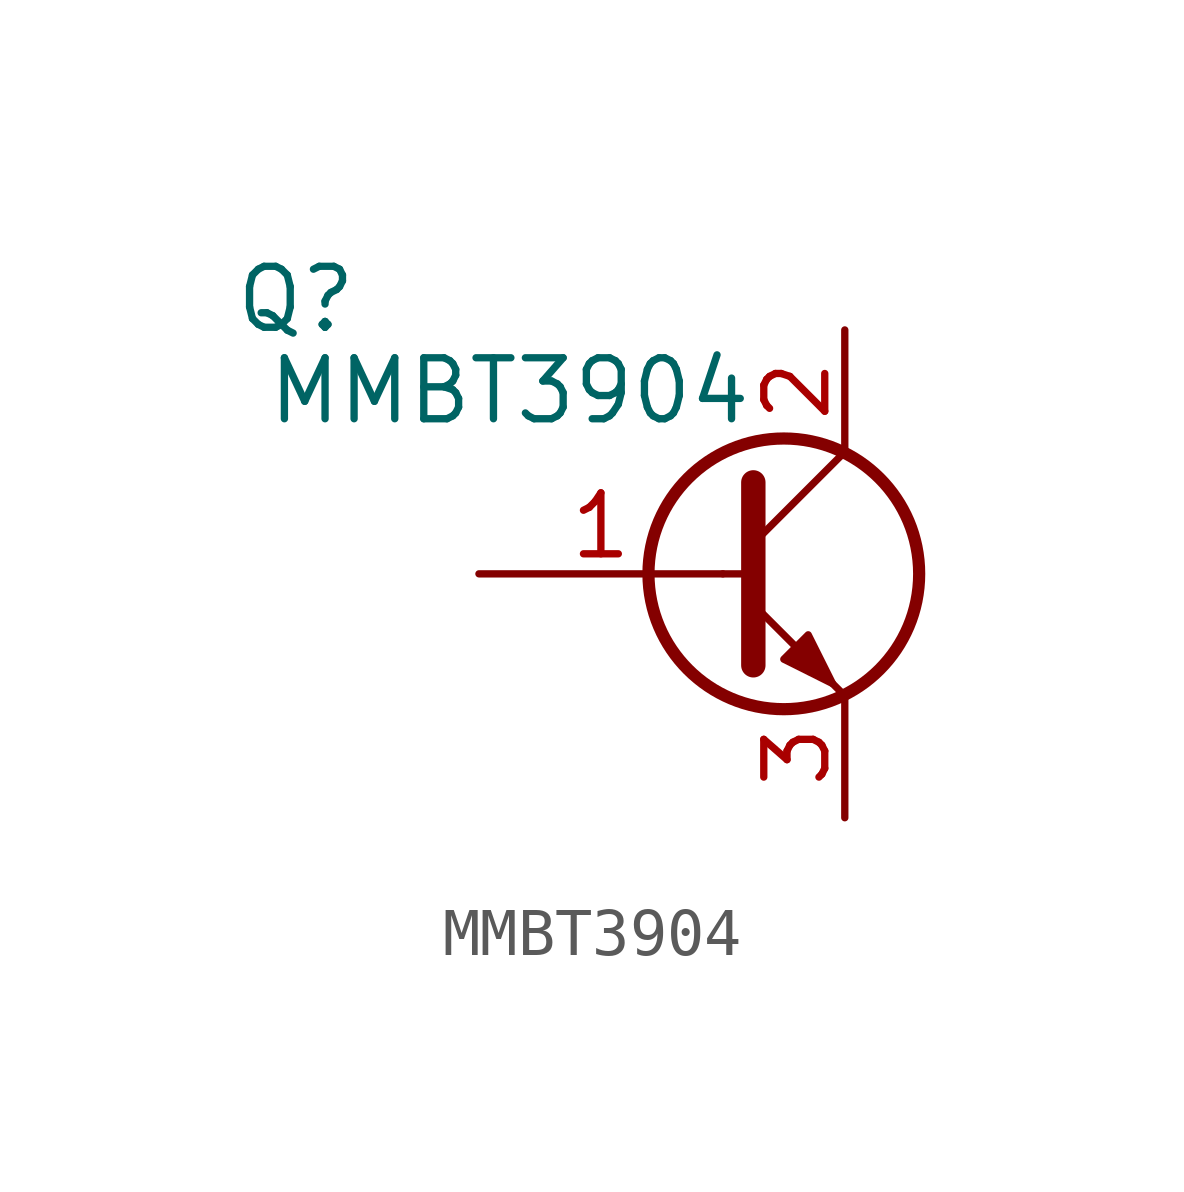
<source format=kicad_sym>
(kicad_symbol_lib
  (version 20211014)
  (generator kicad_symbol_editor)
  (symbol "MMBT3904"
    (pin_names hide)
    (property "Reference" "Q"
      (at -11.43 5.715 0)
      (effects (font (size 1.27 1.27))))
    (property "Value" "MMBT3904"
      (at -6.985 3.81 0)
      (effects (font (size 1.27 1.27))))
    (symbol "MMBT3904_0_1"
      (circle (center -1.27 0) (radius 2.819) (stroke (width 0.254) (type default) (color 0 0 0 0)) (fill (type none)))
      (polyline (pts (xy -2.54 0) (xy -1.905 0)) (stroke (width 0) (type default) (color 0 0 0 0)) (fill (type none)))
      (polyline (pts (xy -1.905 0.635) (xy 0 2.54)) (stroke (width 0) (type default) (color 0 0 0 0)) (fill (type none)))
      (polyline (pts (xy -1.905 -0.635) (xy 0 -2.54) (xy 0 -2.54)) (stroke (width 0) (type default) (color 0 0 0 0)) (fill (type none)))
      (polyline (pts (xy -1.905 1.905) (xy -1.905 -1.905) (xy -1.905 -1.905)) (stroke (width 0.508) (type default) (color 0 0 0 0)) (fill (type none)))
      (polyline (pts (xy -1.27 -1.778) (xy -0.762 -1.27) (xy -0.254 -2.286) (xy -1.27 -1.778) (xy -1.27 -1.778)) (stroke (width 0) (type default) (color 0 0 0 0)) (fill (type outline))))
    (symbol "MMBT3904_1_1"
      (pin input line (at -7.62 0 0) (length 5.08) (name "B" (effects (font (size 1.27 1.27)))) (number "1" (effects (font (size 1.27 1.27)))))
      (pin passive line (at 0 5.08 270) (length 2.54) (name "C" (effects (font (size 1.27 1.27)))) (number "2" (effects (font (size 1.27 1.27)))))
      (pin passive line (at 0 -5.08 90) (length 2.54) (name "E" (effects (font (size 1.27 1.27)))) (number "3" (effects (font (size 1.27 1.27))))))))
</source>
